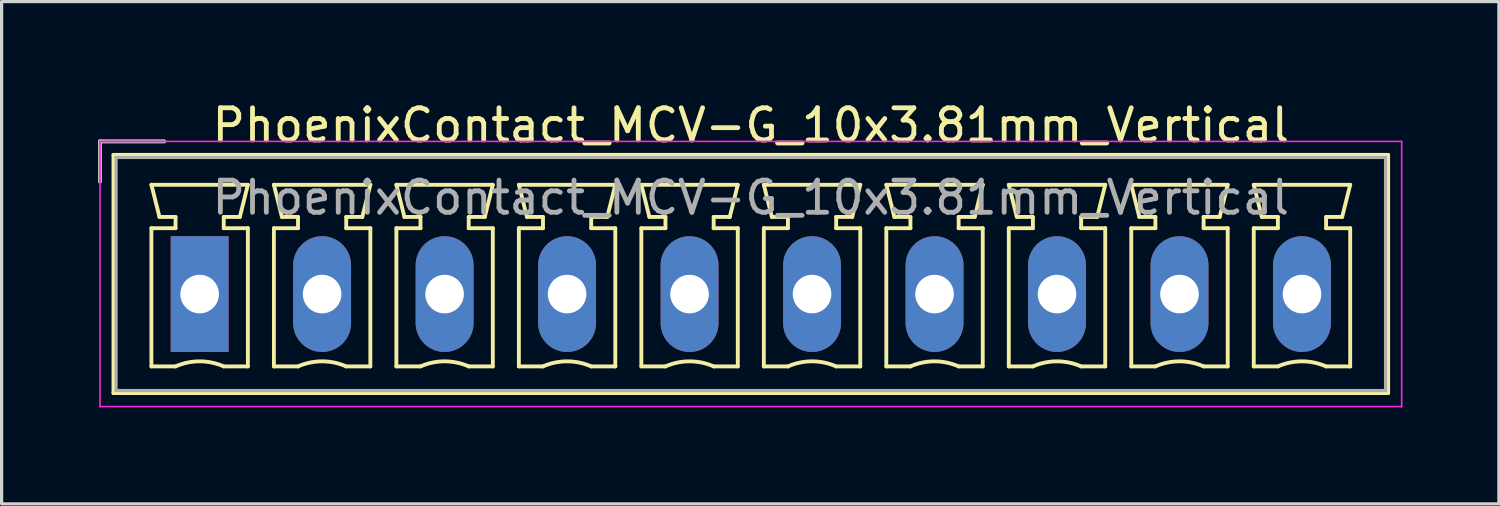
<source format=kicad_pcb>
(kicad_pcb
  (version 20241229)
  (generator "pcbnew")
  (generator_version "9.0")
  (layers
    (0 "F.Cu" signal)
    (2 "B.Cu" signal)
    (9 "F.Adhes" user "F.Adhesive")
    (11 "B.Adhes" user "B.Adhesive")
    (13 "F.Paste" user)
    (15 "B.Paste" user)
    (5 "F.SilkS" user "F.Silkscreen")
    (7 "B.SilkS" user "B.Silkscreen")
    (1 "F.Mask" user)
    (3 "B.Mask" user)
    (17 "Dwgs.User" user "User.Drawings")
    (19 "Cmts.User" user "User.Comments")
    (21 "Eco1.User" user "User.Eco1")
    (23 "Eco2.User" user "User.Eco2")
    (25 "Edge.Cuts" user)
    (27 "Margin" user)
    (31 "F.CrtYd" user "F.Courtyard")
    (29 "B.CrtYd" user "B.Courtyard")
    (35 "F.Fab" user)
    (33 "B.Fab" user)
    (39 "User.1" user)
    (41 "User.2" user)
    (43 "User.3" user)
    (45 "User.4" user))
  (footprint "PhoenixContact_MCV-G_10x3.81mm_Vertical"
    (layer "F.Cu")
    (at 3.16 6.098)
    (property "Reference" "PhoenixContact_MCV-G_10x3.81mm_Vertical" (at 17.145 -5.25 0) (layer "F.SilkS") (effects (font (size 1 1) (thickness 0.15))))
    (attr through_hole)
    (fp_line (start -3.1 -4.75) (end -1.1 -4.75) (stroke (width 0.12) (type solid)) (layer "F.SilkS"))
    (fp_line (start -3.1 -3.5) (end -3.1 -4.75) (stroke (width 0.12) (type solid)) (layer "F.SilkS"))
    (fp_line (start -2.68 -4.33) (end -2.68 3.08) (stroke (width 0.12) (type solid)) (layer "F.SilkS"))
    (fp_line (start -2.68 3.08) (end 36.97 3.08) (stroke (width 0.12) (type solid)) (layer "F.SilkS"))
    (fp_line (start -1.5 -3.4) (end 1.5 -3.4) (stroke (width 0.12) (type solid)) (layer "F.SilkS"))
    (fp_line (start -1.5 -2.05) (end -0.75 -2.05) (stroke (width 0.12) (type solid)) (layer "F.SilkS"))
    (fp_line (start -1.5 2.25) (end -1.5 -2.05) (stroke (width 0.12) (type solid)) (layer "F.SilkS"))
    (fp_line (start -1.25 -2.4) (end -1.5 -3.4) (stroke (width 0.12) (type solid)) (layer "F.SilkS"))
    (fp_line (start -0.75 -2.4) (end -1.25 -2.4) (stroke (width 0.12) (type solid)) (layer "F.SilkS"))
    (fp_line (start -0.75 -2.05) (end -0.75 -2.4) (stroke (width 0.12) (type solid)) (layer "F.SilkS"))
    (fp_line (start -0.75 2.25) (end -1.5 2.25) (stroke (width 0.12) (type solid)) (layer "F.SilkS"))
    (fp_line (start 0.75 -2.4) (end 0.75 -2.05) (stroke (width 0.12) (type solid)) (layer "F.SilkS"))
    (fp_line (start 0.75 -2.05) (end 1.5 -2.05) (stroke (width 0.12) (type solid)) (layer "F.SilkS"))
    (fp_line (start 1.25 -2.4) (end 0.75 -2.4) (stroke (width 0.12) (type solid)) (layer "F.SilkS"))
    (fp_line (start 1.5 -3.4) (end 1.25 -2.4) (stroke (width 0.12) (type solid)) (layer "F.SilkS"))
    (fp_line (start 1.5 -2.05) (end 1.5 2.25) (stroke (width 0.12) (type solid)) (layer "F.SilkS"))
    (fp_line (start 1.5 2.25) (end 0.75 2.25) (stroke (width 0.12) (type solid)) (layer "F.SilkS"))
    (fp_line (start 2.31 -3.4) (end 5.31 -3.4) (stroke (width 0.12) (type solid)) (layer "F.SilkS"))
    (fp_line (start 2.31 -2.05) (end 3.06 -2.05) (stroke (width 0.12) (type solid)) (layer "F.SilkS"))
    (fp_line (start 2.31 2.25) (end 2.31 -2.05) (stroke (width 0.12) (type solid)) (layer "F.SilkS"))
    (fp_line (start 2.56 -2.4) (end 2.31 -3.4) (stroke (width 0.12) (type solid)) (layer "F.SilkS"))
    (fp_line (start 3.06 -2.4) (end 2.56 -2.4) (stroke (width 0.12) (type solid)) (layer "F.SilkS"))
    (fp_line (start 3.06 -2.05) (end 3.06 -2.4) (stroke (width 0.12) (type solid)) (layer "F.SilkS"))
    (fp_line (start 3.06 2.25) (end 2.31 2.25) (stroke (width 0.12) (type solid)) (layer "F.SilkS"))
    (fp_line (start 4.56 -2.4) (end 4.56 -2.05) (stroke (width 0.12) (type solid)) (layer "F.SilkS"))
    (fp_line (start 4.56 -2.05) (end 5.31 -2.05) (stroke (width 0.12) (type solid)) (layer "F.SilkS"))
    (fp_line (start 5.06 -2.4) (end 4.56 -2.4) (stroke (width 0.12) (type solid)) (layer "F.SilkS"))
    (fp_line (start 5.31 -3.4) (end 5.06 -2.4) (stroke (width 0.12) (type solid)) (layer "F.SilkS"))
    (fp_line (start 5.31 -2.05) (end 5.31 2.25) (stroke (width 0.12) (type solid)) (layer "F.SilkS"))
    (fp_line (start 5.31 2.25) (end 4.56 2.25) (stroke (width 0.12) (type solid)) (layer "F.SilkS"))
    (fp_line (start 6.12 -3.4) (end 9.12 -3.4) (stroke (width 0.12) (type solid)) (layer "F.SilkS"))
    (fp_line (start 6.12 -2.05) (end 6.87 -2.05) (stroke (width 0.12) (type solid)) (layer "F.SilkS"))
    (fp_line (start 6.12 2.25) (end 6.12 -2.05) (stroke (width 0.12) (type solid)) (layer "F.SilkS"))
    (fp_line (start 6.37 -2.4) (end 6.12 -3.4) (stroke (width 0.12) (type solid)) (layer "F.SilkS"))
    (fp_line (start 6.87 -2.4) (end 6.37 -2.4) (stroke (width 0.12) (type solid)) (layer "F.SilkS"))
    (fp_line (start 6.87 -2.05) (end 6.87 -2.4) (stroke (width 0.12) (type solid)) (layer "F.SilkS"))
    (fp_line (start 6.87 2.25) (end 6.12 2.25) (stroke (width 0.12) (type solid)) (layer "F.SilkS"))
    (fp_line (start 8.37 -2.4) (end 8.37 -2.05) (stroke (width 0.12) (type solid)) (layer "F.SilkS"))
    (fp_line (start 8.37 -2.05) (end 9.12 -2.05) (stroke (width 0.12) (type solid)) (layer "F.SilkS"))
    (fp_line (start 8.87 -2.4) (end 8.37 -2.4) (stroke (width 0.12) (type solid)) (layer "F.SilkS"))
    (fp_line (start 9.12 -3.4) (end 8.87 -2.4) (stroke (width 0.12) (type solid)) (layer "F.SilkS"))
    (fp_line (start 9.12 -2.05) (end 9.12 2.25) (stroke (width 0.12) (type solid)) (layer "F.SilkS"))
    (fp_line (start 9.12 2.25) (end 8.37 2.25) (stroke (width 0.12) (type solid)) (layer "F.SilkS"))
    (fp_line (start 9.93 -3.4) (end 12.93 -3.4) (stroke (width 0.12) (type solid)) (layer "F.SilkS"))
    (fp_line (start 9.93 -2.05) (end 10.68 -2.05) (stroke (width 0.12) (type solid)) (layer "F.SilkS"))
    (fp_line (start 9.93 2.25) (end 9.93 -2.05) (stroke (width 0.12) (type solid)) (layer "F.SilkS"))
    (fp_line (start 10.18 -2.4) (end 9.93 -3.4) (stroke (width 0.12) (type solid)) (layer "F.SilkS"))
    (fp_line (start 10.68 -2.4) (end 10.18 -2.4) (stroke (width 0.12) (type solid)) (layer "F.SilkS"))
    (fp_line (start 10.68 -2.05) (end 10.68 -2.4) (stroke (width 0.12) (type solid)) (layer "F.SilkS"))
    (fp_line (start 10.68 2.25) (end 9.93 2.25) (stroke (width 0.12) (type solid)) (layer "F.SilkS"))
    (fp_line (start 12.18 -2.4) (end 12.18 -2.05) (stroke (width 0.12) (type solid)) (layer "F.SilkS"))
    (fp_line (start 12.18 -2.05) (end 12.93 -2.05) (stroke (width 0.12) (type solid)) (layer "F.SilkS"))
    (fp_line (start 12.68 -2.4) (end 12.18 -2.4) (stroke (width 0.12) (type solid)) (layer "F.SilkS"))
    (fp_line (start 12.93 -3.4) (end 12.68 -2.4) (stroke (width 0.12) (type solid)) (layer "F.SilkS"))
    (fp_line (start 12.93 -2.05) (end 12.93 2.25) (stroke (width 0.12) (type solid)) (layer "F.SilkS"))
    (fp_line (start 12.93 2.25) (end 12.18 2.25) (stroke (width 0.12) (type solid)) (layer "F.SilkS"))
    (fp_line (start 13.74 -3.4) (end 16.74 -3.4) (stroke (width 0.12) (type solid)) (layer "F.SilkS"))
    (fp_line (start 13.74 -2.05) (end 14.49 -2.05) (stroke (width 0.12) (type solid)) (layer "F.SilkS"))
    (fp_line (start 13.74 2.25) (end 13.74 -2.05) (stroke (width 0.12) (type solid)) (layer "F.SilkS"))
    (fp_line (start 13.99 -2.4) (end 13.74 -3.4) (stroke (width 0.12) (type solid)) (layer "F.SilkS"))
    (fp_line (start 14.49 -2.4) (end 13.99 -2.4) (stroke (width 0.12) (type solid)) (layer "F.SilkS"))
    (fp_line (start 14.49 -2.05) (end 14.49 -2.4) (stroke (width 0.12) (type solid)) (layer "F.SilkS"))
    (fp_line (start 14.49 2.25) (end 13.74 2.25) (stroke (width 0.12) (type solid)) (layer "F.SilkS"))
    (fp_line (start 15.99 -2.4) (end 15.99 -2.05) (stroke (width 0.12) (type solid)) (layer "F.SilkS"))
    (fp_line (start 15.99 -2.05) (end 16.74 -2.05) (stroke (width 0.12) (type solid)) (layer "F.SilkS"))
    (fp_line (start 16.49 -2.4) (end 15.99 -2.4) (stroke (width 0.12) (type solid)) (layer "F.SilkS"))
    (fp_line (start 16.74 -3.4) (end 16.49 -2.4) (stroke (width 0.12) (type solid)) (layer "F.SilkS"))
    (fp_line (start 16.74 -2.05) (end 16.74 2.25) (stroke (width 0.12) (type solid)) (layer "F.SilkS"))
    (fp_line (start 16.74 2.25) (end 15.99 2.25) (stroke (width 0.12) (type solid)) (layer "F.SilkS"))
    (fp_line (start 17.55 -3.4) (end 20.55 -3.4) (stroke (width 0.12) (type solid)) (layer "F.SilkS"))
    (fp_line (start 17.55 -2.05) (end 18.3 -2.05) (stroke (width 0.12) (type solid)) (layer "F.SilkS"))
    (fp_line (start 17.55 2.25) (end 17.55 -2.05) (stroke (width 0.12) (type solid)) (layer "F.SilkS"))
    (fp_line (start 17.8 -2.4) (end 17.55 -3.4) (stroke (width 0.12) (type solid)) (layer "F.SilkS"))
    (fp_line (start 18.3 -2.4) (end 17.8 -2.4) (stroke (width 0.12) (type solid)) (layer "F.SilkS"))
    (fp_line (start 18.3 -2.05) (end 18.3 -2.4) (stroke (width 0.12) (type solid)) (layer "F.SilkS"))
    (fp_line (start 18.3 2.25) (end 17.55 2.25) (stroke (width 0.12) (type solid)) (layer "F.SilkS"))
    (fp_line (start 19.8 -2.4) (end 19.8 -2.05) (stroke (width 0.12) (type solid)) (layer "F.SilkS"))
    (fp_line (start 19.8 -2.05) (end 20.55 -2.05) (stroke (width 0.12) (type solid)) (layer "F.SilkS"))
    (fp_line (start 20.3 -2.4) (end 19.8 -2.4) (stroke (width 0.12) (type solid)) (layer "F.SilkS"))
    (fp_line (start 20.55 -3.4) (end 20.3 -2.4) (stroke (width 0.12) (type solid)) (layer "F.SilkS"))
    (fp_line (start 20.55 -2.05) (end 20.55 2.25) (stroke (width 0.12) (type solid)) (layer "F.SilkS"))
    (fp_line (start 20.55 2.25) (end 19.8 2.25) (stroke (width 0.12) (type solid)) (layer "F.SilkS"))
    (fp_line (start 21.36 -3.4) (end 24.36 -3.4) (stroke (width 0.12) (type solid)) (layer "F.SilkS"))
    (fp_line (start 21.36 -2.05) (end 22.11 -2.05) (stroke (width 0.12) (type solid)) (layer "F.SilkS"))
    (fp_line (start 21.36 2.25) (end 21.36 -2.05) (stroke (width 0.12) (type solid)) (layer "F.SilkS"))
    (fp_line (start 21.61 -2.4) (end 21.36 -3.4) (stroke (width 0.12) (type solid)) (layer "F.SilkS"))
    (fp_line (start 22.11 -2.4) (end 21.61 -2.4) (stroke (width 0.12) (type solid)) (layer "F.SilkS"))
    (fp_line (start 22.11 -2.05) (end 22.11 -2.4) (stroke (width 0.12) (type solid)) (layer "F.SilkS"))
    (fp_line (start 22.11 2.25) (end 21.36 2.25) (stroke (width 0.12) (type solid)) (layer "F.SilkS"))
    (fp_line (start 23.61 -2.4) (end 23.61 -2.05) (stroke (width 0.12) (type solid)) (layer "F.SilkS"))
    (fp_line (start 23.61 -2.05) (end 24.36 -2.05) (stroke (width 0.12) (type solid)) (layer "F.SilkS"))
    (fp_line (start 24.11 -2.4) (end 23.61 -2.4) (stroke (width 0.12) (type solid)) (layer "F.SilkS"))
    (fp_line (start 24.36 -3.4) (end 24.11 -2.4) (stroke (width 0.12) (type solid)) (layer "F.SilkS"))
    (fp_line (start 24.36 -2.05) (end 24.36 2.25) (stroke (width 0.12) (type solid)) (layer "F.SilkS"))
    (fp_line (start 24.36 2.25) (end 23.61 2.25) (stroke (width 0.12) (type solid)) (layer "F.SilkS"))
    (fp_line (start 25.17 -3.4) (end 28.17 -3.4) (stroke (width 0.12) (type solid)) (layer "F.SilkS"))
    (fp_line (start 25.17 -2.05) (end 25.92 -2.05) (stroke (width 0.12) (type solid)) (layer "F.SilkS"))
    (fp_line (start 25.17 2.25) (end 25.17 -2.05) (stroke (width 0.12) (type solid)) (layer "F.SilkS"))
    (fp_line (start 25.42 -2.4) (end 25.17 -3.4) (stroke (width 0.12) (type solid)) (layer "F.SilkS"))
    (fp_line (start 25.92 -2.4) (end 25.42 -2.4) (stroke (width 0.12) (type solid)) (layer "F.SilkS"))
    (fp_line (start 25.92 -2.05) (end 25.92 -2.4) (stroke (width 0.12) (type solid)) (layer "F.SilkS"))
    (fp_line (start 25.92 2.25) (end 25.17 2.25) (stroke (width 0.12) (type solid)) (layer "F.SilkS"))
    (fp_line (start 27.42 -2.4) (end 27.42 -2.05) (stroke (width 0.12) (type solid)) (layer "F.SilkS"))
    (fp_line (start 27.42 -2.05) (end 28.17 -2.05) (stroke (width 0.12) (type solid)) (layer "F.SilkS"))
    (fp_line (start 27.92 -2.4) (end 27.42 -2.4) (stroke (width 0.12) (type solid)) (layer "F.SilkS"))
    (fp_line (start 28.17 -3.4) (end 27.92 -2.4) (stroke (width 0.12) (type solid)) (layer "F.SilkS"))
    (fp_line (start 28.17 -2.05) (end 28.17 2.25) (stroke (width 0.12) (type solid)) (layer "F.SilkS"))
    (fp_line (start 28.17 2.25) (end 27.42 2.25) (stroke (width 0.12) (type solid)) (layer "F.SilkS"))
    (fp_line (start 28.98 -3.4) (end 31.98 -3.4) (stroke (width 0.12) (type solid)) (layer "F.SilkS"))
    (fp_line (start 28.98 -2.05) (end 29.73 -2.05) (stroke (width 0.12) (type solid)) (layer "F.SilkS"))
    (fp_line (start 28.98 2.25) (end 28.98 -2.05) (stroke (width 0.12) (type solid)) (layer "F.SilkS"))
    (fp_line (start 29.23 -2.4) (end 28.98 -3.4) (stroke (width 0.12) (type solid)) (layer "F.SilkS"))
    (fp_line (start 29.73 -2.4) (end 29.23 -2.4) (stroke (width 0.12) (type solid)) (layer "F.SilkS"))
    (fp_line (start 29.73 -2.05) (end 29.73 -2.4) (stroke (width 0.12) (type solid)) (layer "F.SilkS"))
    (fp_line (start 29.73 2.25) (end 28.98 2.25) (stroke (width 0.12) (type solid)) (layer "F.SilkS"))
    (fp_line (start 31.23 -2.4) (end 31.23 -2.05) (stroke (width 0.12) (type solid)) (layer "F.SilkS"))
    (fp_line (start 31.23 -2.05) (end 31.98 -2.05) (stroke (width 0.12) (type solid)) (layer "F.SilkS"))
    (fp_line (start 31.73 -2.4) (end 31.23 -2.4) (stroke (width 0.12) (type solid)) (layer "F.SilkS"))
    (fp_line (start 31.98 -3.4) (end 31.73 -2.4) (stroke (width 0.12) (type solid)) (layer "F.SilkS"))
    (fp_line (start 31.98 -2.05) (end 31.98 2.25) (stroke (width 0.12) (type solid)) (layer "F.SilkS"))
    (fp_line (start 31.98 2.25) (end 31.23 2.25) (stroke (width 0.12) (type solid)) (layer "F.SilkS"))
    (fp_line (start 32.79 -3.4) (end 35.79 -3.4) (stroke (width 0.12) (type solid)) (layer "F.SilkS"))
    (fp_line (start 32.79 -2.05) (end 33.54 -2.05) (stroke (width 0.12) (type solid)) (layer "F.SilkS"))
    (fp_line (start 32.79 2.25) (end 32.79 -2.05) (stroke (width 0.12) (type solid)) (layer "F.SilkS"))
    (fp_line (start 33.04 -2.4) (end 32.79 -3.4) (stroke (width 0.12) (type solid)) (layer "F.SilkS"))
    (fp_line (start 33.54 -2.4) (end 33.04 -2.4) (stroke (width 0.12) (type solid)) (layer "F.SilkS"))
    (fp_line (start 33.54 -2.05) (end 33.54 -2.4) (stroke (width 0.12) (type solid)) (layer "F.SilkS"))
    (fp_line (start 33.54 2.25) (end 32.79 2.25) (stroke (width 0.12) (type solid)) (layer "F.SilkS"))
    (fp_line (start 35.04 -2.4) (end 35.04 -2.05) (stroke (width 0.12) (type solid)) (layer "F.SilkS"))
    (fp_line (start 35.04 -2.05) (end 35.79 -2.05) (stroke (width 0.12) (type solid)) (layer "F.SilkS"))
    (fp_line (start 35.54 -2.4) (end 35.04 -2.4) (stroke (width 0.12) (type solid)) (layer "F.SilkS"))
    (fp_line (start 35.79 -3.4) (end 35.54 -2.4) (stroke (width 0.12) (type solid)) (layer "F.SilkS"))
    (fp_line (start 35.79 -2.05) (end 35.79 2.25) (stroke (width 0.12) (type solid)) (layer "F.SilkS"))
    (fp_line (start 35.79 2.25) (end 35.04 2.25) (stroke (width 0.12) (type solid)) (layer "F.SilkS"))
    (fp_line (start 36.97 -4.33) (end -2.68 -4.33) (stroke (width 0.12) (type solid)) (layer "F.SilkS"))
    (fp_line (start 36.97 3.08) (end 36.97 -4.33) (stroke (width 0.12) (type solid)) (layer "F.SilkS"))
    (fp_arc (start -0.75 2.25) (mid -0.000193 2.09191) (end 0.749647 2.249844) (stroke (width 0.12) (type solid)) (layer "F.SilkS"))
    (fp_arc (start 3.06 2.25) (mid 3.809807 2.09191) (end 4.559647 2.249844) (stroke (width 0.12) (type solid)) (layer "F.SilkS"))
    (fp_arc (start 6.87 2.25) (mid 7.619807 2.09191) (end 8.369647 2.249844) (stroke (width 0.12) (type solid)) (layer "F.SilkS"))
    (fp_arc (start 10.68 2.25) (mid 11.429807 2.09191) (end 12.179647 2.249844) (stroke (width 0.12) (type solid)) (layer "F.SilkS"))
    (fp_arc (start 14.49 2.25) (mid 15.239807 2.09191) (end 15.989647 2.249844) (stroke (width 0.12) (type solid)) (layer "F.SilkS"))
    (fp_arc (start 18.3 2.25) (mid 19.049807 2.09191) (end 19.799647 2.249844) (stroke (width 0.12) (type solid)) (layer "F.SilkS"))
    (fp_arc (start 22.11 2.25) (mid 22.859807 2.09191) (end 23.609647 2.249844) (stroke (width 0.12) (type solid)) (layer "F.SilkS"))
    (fp_arc (start 25.92 2.25) (mid 26.669807 2.09191) (end 27.419647 2.249844) (stroke (width 0.12) (type solid)) (layer "F.SilkS"))
    (fp_arc (start 29.73 2.25) (mid 30.479807 2.09191) (end 31.229647 2.249844) (stroke (width 0.12) (type solid)) (layer "F.SilkS"))
    (fp_arc (start 33.54 2.25) (mid 34.289807 2.09191) (end 35.039647 2.249844) (stroke (width 0.12) (type solid)) (layer "F.SilkS"))
    (fp_line (start -3.1 -4.75) (end -3.1 3.5) (stroke (width 0.05) (type solid)) (layer "F.CrtYd"))
    (fp_line (start -3.1 3.5) (end 37.39 3.5) (stroke (width 0.05) (type solid)) (layer "F.CrtYd"))
    (fp_line (start 37.39 -4.75) (end -3.1 -4.75) (stroke (width 0.05) (type solid)) (layer "F.CrtYd"))
    (fp_line (start 37.39 3.5) (end 37.39 -4.75) (stroke (width 0.05) (type solid)) (layer "F.CrtYd"))
    (fp_line (start -3.1 -4.75) (end -1.1 -4.75) (stroke (width 0.1) (type solid)) (layer "F.Fab"))
    (fp_line (start -3.1 -3.5) (end -3.1 -4.75) (stroke (width 0.1) (type solid)) (layer "F.Fab"))
    (fp_line (start -2.6 -4.25) (end -2.6 3) (stroke (width 0.1) (type solid)) (layer "F.Fab"))
    (fp_line (start -2.6 3) (end 36.89 3) (stroke (width 0.1) (type solid)) (layer "F.Fab"))
    (fp_line (start 36.89 -4.25) (end -2.6 -4.25) (stroke (width 0.1) (type solid)) (layer "F.Fab"))
    (fp_line (start 36.89 3) (end 36.89 -4.25) (stroke (width 0.1) (type solid)) (layer "F.Fab"))
    (fp_text user "${REFERENCE}" (at 17.145 -3 0) (layer "F.Fab") (effects (font (size 1 1) (thickness 0.15))))
    (pad "1" thru_hole rect (at 0 0) (size 1.8 3.6) (drill 1.2) (layers "*.Cu" "*.Mask"))
    (pad "2" thru_hole oval (at 3.81 0) (size 1.8 3.6) (drill 1.2) (layers "*.Cu" "*.Mask"))
    (pad "3" thru_hole oval (at 7.62 0) (size 1.8 3.6) (drill 1.2) (layers "*.Cu" "*.Mask"))
    (pad "4" thru_hole oval (at 11.43 0) (size 1.8 3.6) (drill 1.2) (layers "*.Cu" "*.Mask"))
    (pad "5" thru_hole oval (at 15.24 0) (size 1.8 3.6) (drill 1.2) (layers "*.Cu" "*.Mask"))
    (pad "6" thru_hole oval (at 19.05 0) (size 1.8 3.6) (drill 1.2) (layers "*.Cu" "*.Mask"))
    (pad "7" thru_hole oval (at 22.86 0) (size 1.8 3.6) (drill 1.2) (layers "*.Cu" "*.Mask"))
    (pad "8" thru_hole oval (at 26.67 0) (size 1.8 3.6) (drill 1.2) (layers "*.Cu" "*.Mask"))
    (pad "9" thru_hole oval (at 30.48 0) (size 1.8 3.6) (drill 1.2) (layers "*.Cu" "*.Mask"))
    (pad "10" thru_hole oval (at 34.29 0) (size 1.8 3.6) (drill 1.2) (layers "*.Cu" "*.Mask")))
  (gr_rect
    (start -3 -3)
    (end 43.575 12.623)
    (stroke (width 0.1) (type default))
    (fill no)
    (layer "Edge.Cuts")))
</source>
